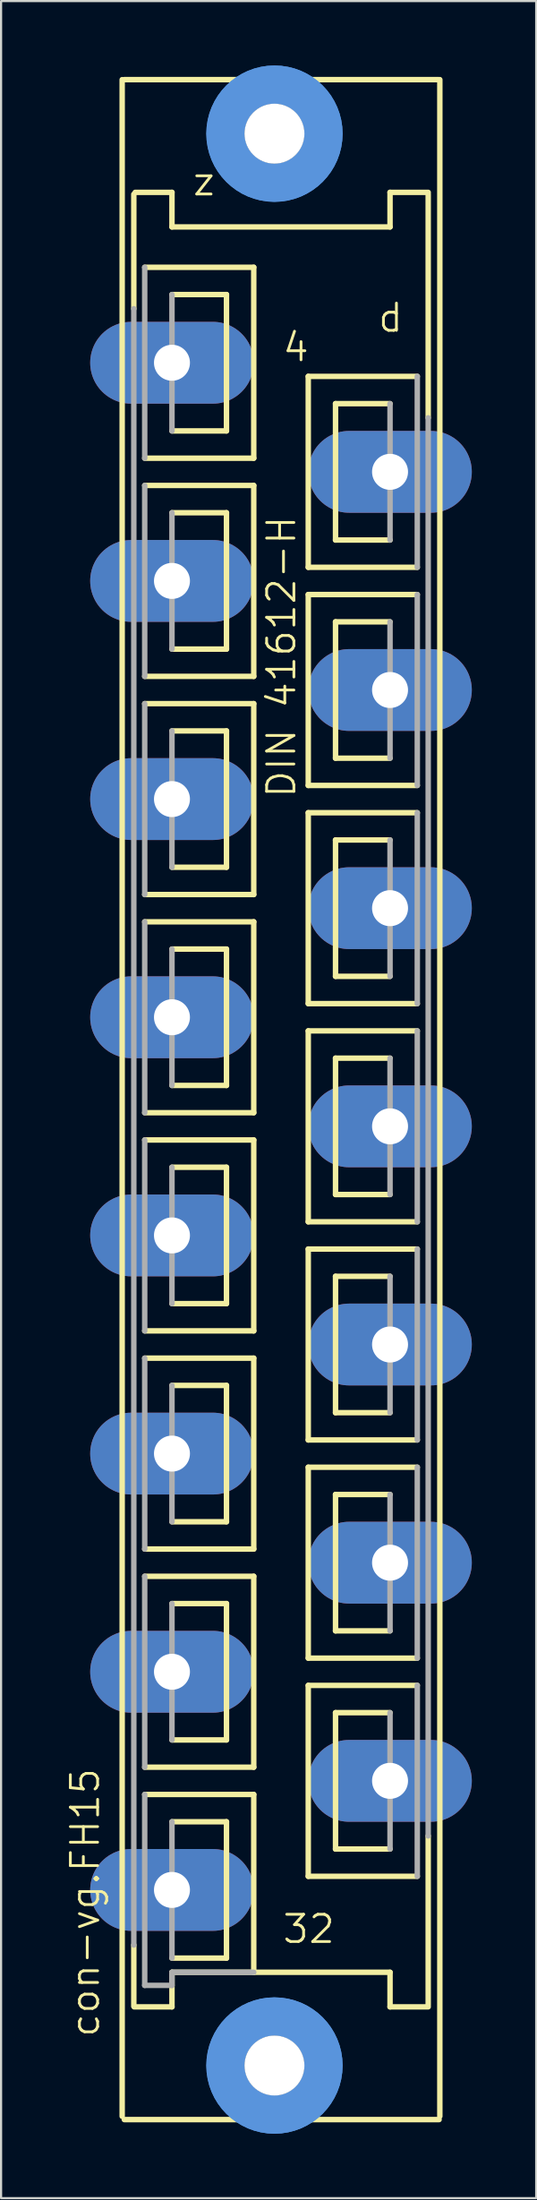
<source format=kicad_pcb>
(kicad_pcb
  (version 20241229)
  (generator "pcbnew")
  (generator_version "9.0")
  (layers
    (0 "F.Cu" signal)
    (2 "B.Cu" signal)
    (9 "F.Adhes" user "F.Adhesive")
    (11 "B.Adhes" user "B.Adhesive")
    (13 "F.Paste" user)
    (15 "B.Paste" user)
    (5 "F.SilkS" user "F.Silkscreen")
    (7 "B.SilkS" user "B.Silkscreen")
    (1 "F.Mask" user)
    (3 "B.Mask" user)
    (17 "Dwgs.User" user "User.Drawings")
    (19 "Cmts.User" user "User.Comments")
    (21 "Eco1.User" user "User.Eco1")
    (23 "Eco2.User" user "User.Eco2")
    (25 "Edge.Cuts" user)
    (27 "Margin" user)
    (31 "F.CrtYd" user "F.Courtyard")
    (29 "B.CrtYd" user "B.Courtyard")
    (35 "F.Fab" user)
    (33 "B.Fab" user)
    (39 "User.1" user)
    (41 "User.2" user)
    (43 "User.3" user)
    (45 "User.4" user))
  (footprint "con-vg.FH15"
    (layer "F.Cu")
    (at 10.042 48.158)
    (property "Reference" "con-vg.FH15" (at -8.382 43.739 90) (layer "F.SilkS") (effects (font (size 1.27 1.27) (thickness 0.13)) (justify left bottom)))
    (attr through_hole)
    (fp_line (start -7.4 47.346) (end -7.4 -47.498) (stroke (width 0.254) (type default)) (layer "F.SilkS"))
    (fp_line (start -7.3 -47.5) (end 7.366 -47.5) (stroke (width 0.254) (type default)) (layer "F.SilkS"))
    (fp_line (start -7.3 47.5) (end 7.366 47.5) (stroke (width 0.254) (type default)) (layer "F.SilkS"))
    (fp_line (start -6.858 -42.164) (end -6.858 -36.83) (stroke (width 0.254) (type default)) (layer "F.SilkS"))
    (fp_line (start -6.858 39.37) (end -6.858 42.215) (stroke (width 0.254) (type default)) (layer "F.SilkS"))
    (fp_line (start -6.843 42.25) (end -5.08 42.25) (stroke (width 0.254) (type default)) (layer "F.SilkS"))
    (fp_line (start -6.792 -42.25) (end -5.08 -42.25) (stroke (width 0.254) (type default)) (layer "F.SilkS"))
    (fp_line (start -6.35 -38.76) (end -1.27 -38.76) (stroke (width 0.254) (type default)) (layer "F.SilkS"))
    (fp_line (start -6.35 -28.6) (end -1.27 -28.6) (stroke (width 0.254) (type default)) (layer "F.SilkS"))
    (fp_line (start -6.35 -18.44) (end -1.27 -18.44) (stroke (width 0.254) (type default)) (layer "F.SilkS"))
    (fp_line (start -6.35 -8.28) (end -1.27 -8.28) (stroke (width 0.254) (type default)) (layer "F.SilkS"))
    (fp_line (start -6.35 1.88) (end -1.27 1.88) (stroke (width 0.254) (type default)) (layer "F.SilkS"))
    (fp_line (start -6.35 12.04) (end -1.27 12.04) (stroke (width 0.254) (type default)) (layer "F.SilkS"))
    (fp_line (start -6.35 22.2) (end -1.27 22.2) (stroke (width 0.254) (type default)) (layer "F.SilkS"))
    (fp_line (start -6.35 32.36) (end -1.27 32.36) (stroke (width 0.254) (type default)) (layer "F.SilkS"))
    (fp_line (start -5.08 -42.25) (end -5.08 -40.64) (stroke (width 0.254) (type default)) (layer "F.SilkS"))
    (fp_line (start -5.08 -40.64) (end 5.08 -40.64) (stroke (width 0.254) (type default)) (layer "F.SilkS"))
    (fp_line (start -5.08 -31.14) (end -2.54 -31.14) (stroke (width 0.254) (type default)) (layer "F.SilkS"))
    (fp_line (start -5.08 -20.98) (end -2.54 -20.98) (stroke (width 0.254) (type default)) (layer "F.SilkS"))
    (fp_line (start -5.08 -10.82) (end -2.54 -10.82) (stroke (width 0.254) (type default)) (layer "F.SilkS"))
    (fp_line (start -5.08 -0.66) (end -2.54 -0.66) (stroke (width 0.254) (type default)) (layer "F.SilkS"))
    (fp_line (start -5.08 9.5) (end -2.54 9.5) (stroke (width 0.254) (type default)) (layer "F.SilkS"))
    (fp_line (start -5.08 19.66) (end -2.54 19.66) (stroke (width 0.254) (type default)) (layer "F.SilkS"))
    (fp_line (start -5.08 29.82) (end -2.54 29.82) (stroke (width 0.254) (type default)) (layer "F.SilkS"))
    (fp_line (start -5.08 39.98) (end -2.54 39.98) (stroke (width 0.254) (type default)) (layer "F.SilkS"))
    (fp_line (start -5.08 40.64) (end -1.27 40.64) (stroke (width 0.254) (type default)) (layer "F.SilkS"))
    (fp_line (start -5.08 42.25) (end -5.08 40.64) (stroke (width 0.254) (type default)) (layer "F.SilkS"))
    (fp_line (start -2.54 -37.49) (end -5.08 -37.49) (stroke (width 0.254) (type default)) (layer "F.SilkS"))
    (fp_line (start -2.54 -31.14) (end -2.54 -37.49) (stroke (width 0.254) (type default)) (layer "F.SilkS"))
    (fp_line (start -2.54 -27.33) (end -5.08 -27.33) (stroke (width 0.254) (type default)) (layer "F.SilkS"))
    (fp_line (start -2.54 -20.98) (end -2.54 -27.33) (stroke (width 0.254) (type default)) (layer "F.SilkS"))
    (fp_line (start -2.54 -17.17) (end -5.08 -17.17) (stroke (width 0.254) (type default)) (layer "F.SilkS"))
    (fp_line (start -2.54 -10.82) (end -2.54 -17.17) (stroke (width 0.254) (type default)) (layer "F.SilkS"))
    (fp_line (start -2.54 -7.01) (end -5.08 -7.01) (stroke (width 0.254) (type default)) (layer "F.SilkS"))
    (fp_line (start -2.54 -0.66) (end -2.54 -7.01) (stroke (width 0.254) (type default)) (layer "F.SilkS"))
    (fp_line (start -2.54 3.15) (end -5.08 3.15) (stroke (width 0.254) (type default)) (layer "F.SilkS"))
    (fp_line (start -2.54 9.5) (end -2.54 3.15) (stroke (width 0.254) (type default)) (layer "F.SilkS"))
    (fp_line (start -2.54 13.31) (end -5.08 13.31) (stroke (width 0.254) (type default)) (layer "F.SilkS"))
    (fp_line (start -2.54 19.66) (end -2.54 13.31) (stroke (width 0.254) (type default)) (layer "F.SilkS"))
    (fp_line (start -2.54 23.47) (end -5.08 23.47) (stroke (width 0.254) (type default)) (layer "F.SilkS"))
    (fp_line (start -2.54 29.82) (end -2.54 23.47) (stroke (width 0.254) (type default)) (layer "F.SilkS"))
    (fp_line (start -2.54 33.63) (end -5.08 33.63) (stroke (width 0.254) (type default)) (layer "F.SilkS"))
    (fp_line (start -2.54 39.98) (end -2.54 33.63) (stroke (width 0.254) (type default)) (layer "F.SilkS"))
    (fp_line (start -1.27 -38.76) (end -1.27 -29.87) (stroke (width 0.254) (type default)) (layer "F.SilkS"))
    (fp_line (start -1.27 -29.87) (end -6.35 -29.87) (stroke (width 0.254) (type default)) (layer "F.SilkS"))
    (fp_line (start -1.27 -28.6) (end -1.27 -19.71) (stroke (width 0.254) (type default)) (layer "F.SilkS"))
    (fp_line (start -1.27 -19.71) (end -6.35 -19.71) (stroke (width 0.254) (type default)) (layer "F.SilkS"))
    (fp_line (start -1.27 -18.44) (end -1.27 -9.55) (stroke (width 0.254) (type default)) (layer "F.SilkS"))
    (fp_line (start -1.27 -9.55) (end -6.35 -9.55) (stroke (width 0.254) (type default)) (layer "F.SilkS"))
    (fp_line (start -1.27 -8.28) (end -1.27 0.61) (stroke (width 0.254) (type default)) (layer "F.SilkS"))
    (fp_line (start -1.27 0.61) (end -6.35 0.61) (stroke (width 0.254) (type default)) (layer "F.SilkS"))
    (fp_line (start -1.27 1.88) (end -1.27 10.77) (stroke (width 0.254) (type default)) (layer "F.SilkS"))
    (fp_line (start -1.27 10.77) (end -6.35 10.77) (stroke (width 0.254) (type default)) (layer "F.SilkS"))
    (fp_line (start -1.27 12.04) (end -1.27 20.93) (stroke (width 0.254) (type default)) (layer "F.SilkS"))
    (fp_line (start -1.27 20.93) (end -6.35 20.93) (stroke (width 0.254) (type default)) (layer "F.SilkS"))
    (fp_line (start -1.27 22.2) (end -1.27 31.09) (stroke (width 0.254) (type default)) (layer "F.SilkS"))
    (fp_line (start -1.27 31.09) (end -6.35 31.09) (stroke (width 0.254) (type default)) (layer "F.SilkS"))
    (fp_line (start -1.27 32.36) (end -1.27 40.64) (stroke (width 0.254) (type default)) (layer "F.SilkS"))
    (fp_line (start -1.27 40.64) (end 5.08 40.64) (stroke (width 0.254) (type default)) (layer "F.SilkS"))
    (fp_line (start 1.27 -33.68) (end 1.27 -24.79) (stroke (width 0.254) (type default)) (layer "F.SilkS"))
    (fp_line (start 1.27 -24.79) (end 6.35 -24.79) (stroke (width 0.254) (type default)) (layer "F.SilkS"))
    (fp_line (start 1.27 -23.52) (end 1.27 -14.63) (stroke (width 0.254) (type default)) (layer "F.SilkS"))
    (fp_line (start 1.27 -14.63) (end 6.35 -14.63) (stroke (width 0.254) (type default)) (layer "F.SilkS"))
    (fp_line (start 1.27 -13.36) (end 1.27 -4.47) (stroke (width 0.254) (type default)) (layer "F.SilkS"))
    (fp_line (start 1.27 -4.47) (end 6.35 -4.47) (stroke (width 0.254) (type default)) (layer "F.SilkS"))
    (fp_line (start 1.27 -3.2) (end 1.27 5.69) (stroke (width 0.254) (type default)) (layer "F.SilkS"))
    (fp_line (start 1.27 5.69) (end 6.35 5.69) (stroke (width 0.254) (type default)) (layer "F.SilkS"))
    (fp_line (start 1.27 6.96) (end 1.27 15.85) (stroke (width 0.254) (type default)) (layer "F.SilkS"))
    (fp_line (start 1.27 15.85) (end 6.35 15.85) (stroke (width 0.254) (type default)) (layer "F.SilkS"))
    (fp_line (start 1.27 17.12) (end 1.27 26.01) (stroke (width 0.254) (type default)) (layer "F.SilkS"))
    (fp_line (start 1.27 26.01) (end 6.35 26.01) (stroke (width 0.254) (type default)) (layer "F.SilkS"))
    (fp_line (start 1.27 27.28) (end 1.27 36.17) (stroke (width 0.254) (type default)) (layer "F.SilkS"))
    (fp_line (start 1.27 36.17) (end 6.35 36.17) (stroke (width 0.254) (type default)) (layer "F.SilkS"))
    (fp_line (start 2.54 -32.41) (end 5.08 -32.41) (stroke (width 0.254) (type default)) (layer "F.SilkS"))
    (fp_line (start 2.54 -26.06) (end 2.54 -32.41) (stroke (width 0.254) (type default)) (layer "F.SilkS"))
    (fp_line (start 2.54 -22.25) (end 5.08 -22.25) (stroke (width 0.254) (type default)) (layer "F.SilkS"))
    (fp_line (start 2.54 -15.9) (end 2.54 -22.25) (stroke (width 0.254) (type default)) (layer "F.SilkS"))
    (fp_line (start 2.54 -12.09) (end 5.08 -12.09) (stroke (width 0.254) (type default)) (layer "F.SilkS"))
    (fp_line (start 2.54 -5.74) (end 2.54 -12.09) (stroke (width 0.254) (type default)) (layer "F.SilkS"))
    (fp_line (start 2.54 -1.93) (end 5.08 -1.93) (stroke (width 0.254) (type default)) (layer "F.SilkS"))
    (fp_line (start 2.54 4.42) (end 2.54 -1.93) (stroke (width 0.254) (type default)) (layer "F.SilkS"))
    (fp_line (start 2.54 8.23) (end 5.08 8.23) (stroke (width 0.254) (type default)) (layer "F.SilkS"))
    (fp_line (start 2.54 14.58) (end 2.54 8.23) (stroke (width 0.254) (type default)) (layer "F.SilkS"))
    (fp_line (start 2.54 18.39) (end 5.08 18.39) (stroke (width 0.254) (type default)) (layer "F.SilkS"))
    (fp_line (start 2.54 24.74) (end 2.54 18.39) (stroke (width 0.254) (type default)) (layer "F.SilkS"))
    (fp_line (start 2.54 28.55) (end 5.08 28.55) (stroke (width 0.254) (type default)) (layer "F.SilkS"))
    (fp_line (start 2.54 34.9) (end 2.54 28.55) (stroke (width 0.254) (type default)) (layer "F.SilkS"))
    (fp_line (start 5.08 -42.25) (end 6.858 -42.25) (stroke (width 0.254) (type default)) (layer "F.SilkS"))
    (fp_line (start 5.08 -40.64) (end 5.08 -42.25) (stroke (width 0.254) (type default)) (layer "F.SilkS"))
    (fp_line (start 5.08 -26.06) (end 2.54 -26.06) (stroke (width 0.254) (type default)) (layer "F.SilkS"))
    (fp_line (start 5.08 -15.9) (end 2.54 -15.9) (stroke (width 0.254) (type default)) (layer "F.SilkS"))
    (fp_line (start 5.08 -5.74) (end 2.54 -5.74) (stroke (width 0.254) (type default)) (layer "F.SilkS"))
    (fp_line (start 5.08 4.42) (end 2.54 4.42) (stroke (width 0.254) (type default)) (layer "F.SilkS"))
    (fp_line (start 5.08 14.58) (end 2.54 14.58) (stroke (width 0.254) (type default)) (layer "F.SilkS"))
    (fp_line (start 5.08 24.74) (end 2.54 24.74) (stroke (width 0.254) (type default)) (layer "F.SilkS"))
    (fp_line (start 5.08 34.9) (end 2.54 34.9) (stroke (width 0.254) (type default)) (layer "F.SilkS"))
    (fp_line (start 5.08 40.64) (end 5.08 42.25) (stroke (width 0.254) (type default)) (layer "F.SilkS"))
    (fp_line (start 5.08 42.25) (end 6.858 42.25) (stroke (width 0.254) (type default)) (layer "F.SilkS"))
    (fp_line (start 6.35 -33.68) (end 1.27 -33.68) (stroke (width 0.254) (type default)) (layer "F.SilkS"))
    (fp_line (start 6.35 -23.52) (end 1.27 -23.52) (stroke (width 0.254) (type default)) (layer "F.SilkS"))
    (fp_line (start 6.35 -13.36) (end 1.27 -13.36) (stroke (width 0.254) (type default)) (layer "F.SilkS"))
    (fp_line (start 6.35 -3.2) (end 1.27 -3.2) (stroke (width 0.254) (type default)) (layer "F.SilkS"))
    (fp_line (start 6.35 6.96) (end 1.27 6.96) (stroke (width 0.254) (type default)) (layer "F.SilkS"))
    (fp_line (start 6.35 17.12) (end 1.27 17.12) (stroke (width 0.254) (type default)) (layer "F.SilkS"))
    (fp_line (start 6.35 27.28) (end 1.27 27.28) (stroke (width 0.254) (type default)) (layer "F.SilkS"))
    (fp_line (start 6.858 -42.164) (end 6.858 -31.75) (stroke (width 0.254) (type default)) (layer "F.SilkS"))
    (fp_line (start 6.858 34.29) (end 6.858 42.164) (stroke (width 0.254) (type default)) (layer "F.SilkS"))
    (fp_line (start 7.4 47.346) (end 7.4 -47.498) (stroke (width 0.254) (type default)) (layer "F.SilkS"))
    (fp_circle (center -0.305 -44.983) (end 1.981 -44.983) (stroke (width 1.778) (type default)) (fill no) (layer "Cmts.User"))
    (fp_circle (center -0.305 -44.983) (end 1.981 -44.983) (stroke (width 1.778) (type default)) (fill no) (layer "Cmts.User"))
    (fp_circle (center -0.305 44.983) (end 1.981 44.983) (stroke (width 1.778) (type default)) (fill no) (layer "Cmts.User"))
    (fp_circle (center -0.305 44.983) (end 1.981 44.983) (stroke (width 1.778) (type default)) (fill no) (layer "Cmts.User"))
    (fp_line (start -6.858 -36.83) (end -6.858 39.37) (stroke (width 0.254) (type default)) (layer "F.Fab"))
    (fp_line (start -6.35 -29.87) (end -6.35 -38.76) (stroke (width 0.254) (type default)) (layer "F.Fab"))
    (fp_line (start -6.35 -19.71) (end -6.35 -28.6) (stroke (width 0.254) (type default)) (layer "F.Fab"))
    (fp_line (start -6.35 -9.55) (end -6.35 -18.44) (stroke (width 0.254) (type default)) (layer "F.Fab"))
    (fp_line (start -6.35 0.61) (end -6.35 -8.28) (stroke (width 0.254) (type default)) (layer "F.Fab"))
    (fp_line (start -6.35 10.77) (end -6.35 1.88) (stroke (width 0.254) (type default)) (layer "F.Fab"))
    (fp_line (start -6.35 20.93) (end -6.35 12.04) (stroke (width 0.254) (type default)) (layer "F.Fab"))
    (fp_line (start -6.35 31.09) (end -6.35 22.2) (stroke (width 0.254) (type default)) (layer "F.Fab"))
    (fp_line (start -6.35 41.25) (end -6.35 32.36) (stroke (width 0.254) (type default)) (layer "F.Fab"))
    (fp_line (start -5.08 -37.49) (end -5.08 -31.14) (stroke (width 0.254) (type default)) (layer "F.Fab"))
    (fp_line (start -5.08 -27.33) (end -5.08 -20.98) (stroke (width 0.254) (type default)) (layer "F.Fab"))
    (fp_line (start -5.08 -17.17) (end -5.08 -10.82) (stroke (width 0.254) (type default)) (layer "F.Fab"))
    (fp_line (start -5.08 -7.01) (end -5.08 -0.66) (stroke (width 0.254) (type default)) (layer "F.Fab"))
    (fp_line (start -5.08 3.15) (end -5.08 9.5) (stroke (width 0.254) (type default)) (layer "F.Fab"))
    (fp_line (start -5.08 13.31) (end -5.08 19.66) (stroke (width 0.254) (type default)) (layer "F.Fab"))
    (fp_line (start -5.08 23.47) (end -5.08 29.82) (stroke (width 0.254) (type default)) (layer "F.Fab"))
    (fp_line (start -5.08 33.63) (end -5.08 39.98) (stroke (width 0.254) (type default)) (layer "F.Fab"))
    (fp_line (start -5.08 40.64) (end -5.08 41.25) (stroke (width 0.254) (type default)) (layer "F.Fab"))
    (fp_line (start -5.08 41.25) (end -6.35 41.25) (stroke (width 0.254) (type default)) (layer "F.Fab"))
    (fp_line (start -1.27 40.64) (end -5.08 40.64) (stroke (width 0.254) (type default)) (layer "F.Fab"))
    (fp_line (start 5.08 -32.41) (end 5.08 -26.06) (stroke (width 0.254) (type default)) (layer "F.Fab"))
    (fp_line (start 5.08 -22.25) (end 5.08 -15.9) (stroke (width 0.254) (type default)) (layer "F.Fab"))
    (fp_line (start 5.08 -12.09) (end 5.08 -5.74) (stroke (width 0.254) (type default)) (layer "F.Fab"))
    (fp_line (start 5.08 -1.93) (end 5.08 4.42) (stroke (width 0.254) (type default)) (layer "F.Fab"))
    (fp_line (start 5.08 8.23) (end 5.08 14.58) (stroke (width 0.254) (type default)) (layer "F.Fab"))
    (fp_line (start 5.08 18.39) (end 5.08 24.74) (stroke (width 0.254) (type default)) (layer "F.Fab"))
    (fp_line (start 5.08 28.55) (end 5.08 34.9) (stroke (width 0.254) (type default)) (layer "F.Fab"))
    (fp_line (start 6.35 -24.79) (end 6.35 -33.68) (stroke (width 0.254) (type default)) (layer "F.Fab"))
    (fp_line (start 6.35 -14.63) (end 6.35 -23.52) (stroke (width 0.254) (type default)) (layer "F.Fab"))
    (fp_line (start 6.35 -4.47) (end 6.35 -13.36) (stroke (width 0.254) (type default)) (layer "F.Fab"))
    (fp_line (start 6.35 5.69) (end 6.35 -3.2) (stroke (width 0.254) (type default)) (layer "F.Fab"))
    (fp_line (start 6.35 15.85) (end 6.35 6.96) (stroke (width 0.254) (type default)) (layer "F.Fab"))
    (fp_line (start 6.35 26.01) (end 6.35 17.12) (stroke (width 0.254) (type default)) (layer "F.Fab"))
    (fp_line (start 6.35 36.17) (end 6.35 27.28) (stroke (width 0.254) (type default)) (layer "F.Fab"))
    (fp_line (start 6.858 -31.75) (end 6.858 34.29) (stroke (width 0.254) (type default)) (layer "F.Fab"))
    (fp_text user "4" (at 0 -34.29 0) (layer "F.SilkS") (effects (font (size 1.27 1.27) (thickness 0.13)) (justify left bottom)))
    (fp_text user "d" (at 4.445 -35.662 0) (layer "F.SilkS") (effects (font (size 1.27 1.27) (thickness 0.13)) (justify left bottom)))
    (fp_text user "DIN 41612-H" (at 0.762 -13.97 90) (layer "F.SilkS") (effects (font (size 1.27 1.27) (thickness 0.13)) (justify left bottom)))
    (fp_text user "z" (at -4.191 -42.012 0) (layer "F.SilkS") (effects (font (size 1.27 1.27) (thickness 0.13)) (justify left bottom)))
    (fp_text user "32" (at 0 39.37 0) (layer "F.SilkS") (effects (font (size 1.27 1.27) (thickness 0.13)) (justify left bottom)))
    (pad "" np_thru_hole circle (at -0.305 -44.983) (size 2.794 2.794) (drill 2.794) (layers "*.Cu" "*.Mask"))
    (pad "" np_thru_hole circle (at -0.305 44.983) (size 2.794 2.794) (drill 2.794) (layers "*.Cu" "*.Mask"))
    (pad "4" thru_hole oval (at -5.08 -34.315) (size 7.62 3.81) (drill 1.676) (layers "*.Cu" "*.Mask"))
    (pad "6" thru_hole oval (at 5.08 -29.235) (size 7.62 3.81) (drill 1.676) (layers "*.Cu" "*.Mask"))
    (pad "8" thru_hole oval (at -5.08 -24.155) (size 7.62 3.81) (drill 1.676) (layers "*.Cu" "*.Mask"))
    (pad "10" thru_hole oval (at 5.08 -19.075) (size 7.62 3.81) (drill 1.676) (layers "*.Cu" "*.Mask"))
    (pad "12" thru_hole oval (at -5.08 -13.995) (size 7.62 3.81) (drill 1.676) (layers "*.Cu" "*.Mask"))
    (pad "14" thru_hole oval (at 5.08 -8.915) (size 7.62 3.81) (drill 1.676) (layers "*.Cu" "*.Mask"))
    (pad "16" thru_hole oval (at -5.08 -3.835) (size 7.62 3.81) (drill 1.676) (layers "*.Cu" "*.Mask"))
    (pad "18" thru_hole oval (at 5.08 1.245) (size 7.62 3.81) (drill 1.676) (layers "*.Cu" "*.Mask"))
    (pad "20" thru_hole oval (at -5.08 6.325) (size 7.62 3.81) (drill 1.676) (layers "*.Cu" "*.Mask"))
    (pad "22" thru_hole oval (at 5.08 11.405) (size 7.62 3.81) (drill 1.676) (layers "*.Cu" "*.Mask"))
    (pad "24" thru_hole oval (at -5.08 16.485) (size 7.62 3.81) (drill 1.676) (layers "*.Cu" "*.Mask"))
    (pad "26" thru_hole oval (at 5.08 21.565) (size 7.62 3.81) (drill 1.676) (layers "*.Cu" "*.Mask"))
    (pad "28" thru_hole oval (at -5.08 26.645) (size 7.62 3.81) (drill 1.676) (layers "*.Cu" "*.Mask"))
    (pad "30" thru_hole oval (at 5.08 31.725) (size 7.62 3.81) (drill 1.676) (layers "*.Cu" "*.Mask"))
    (pad "32" thru_hole oval (at -5.08 36.805) (size 7.62 3.81) (drill 1.676) (layers "*.Cu" "*.Mask")))
  (gr_rect
    (start -3 -3)
    (end 21.932 99.317)
    (stroke (width 0.1) (type default))
    (fill no)
    (layer "Edge.Cuts")))
</source>
